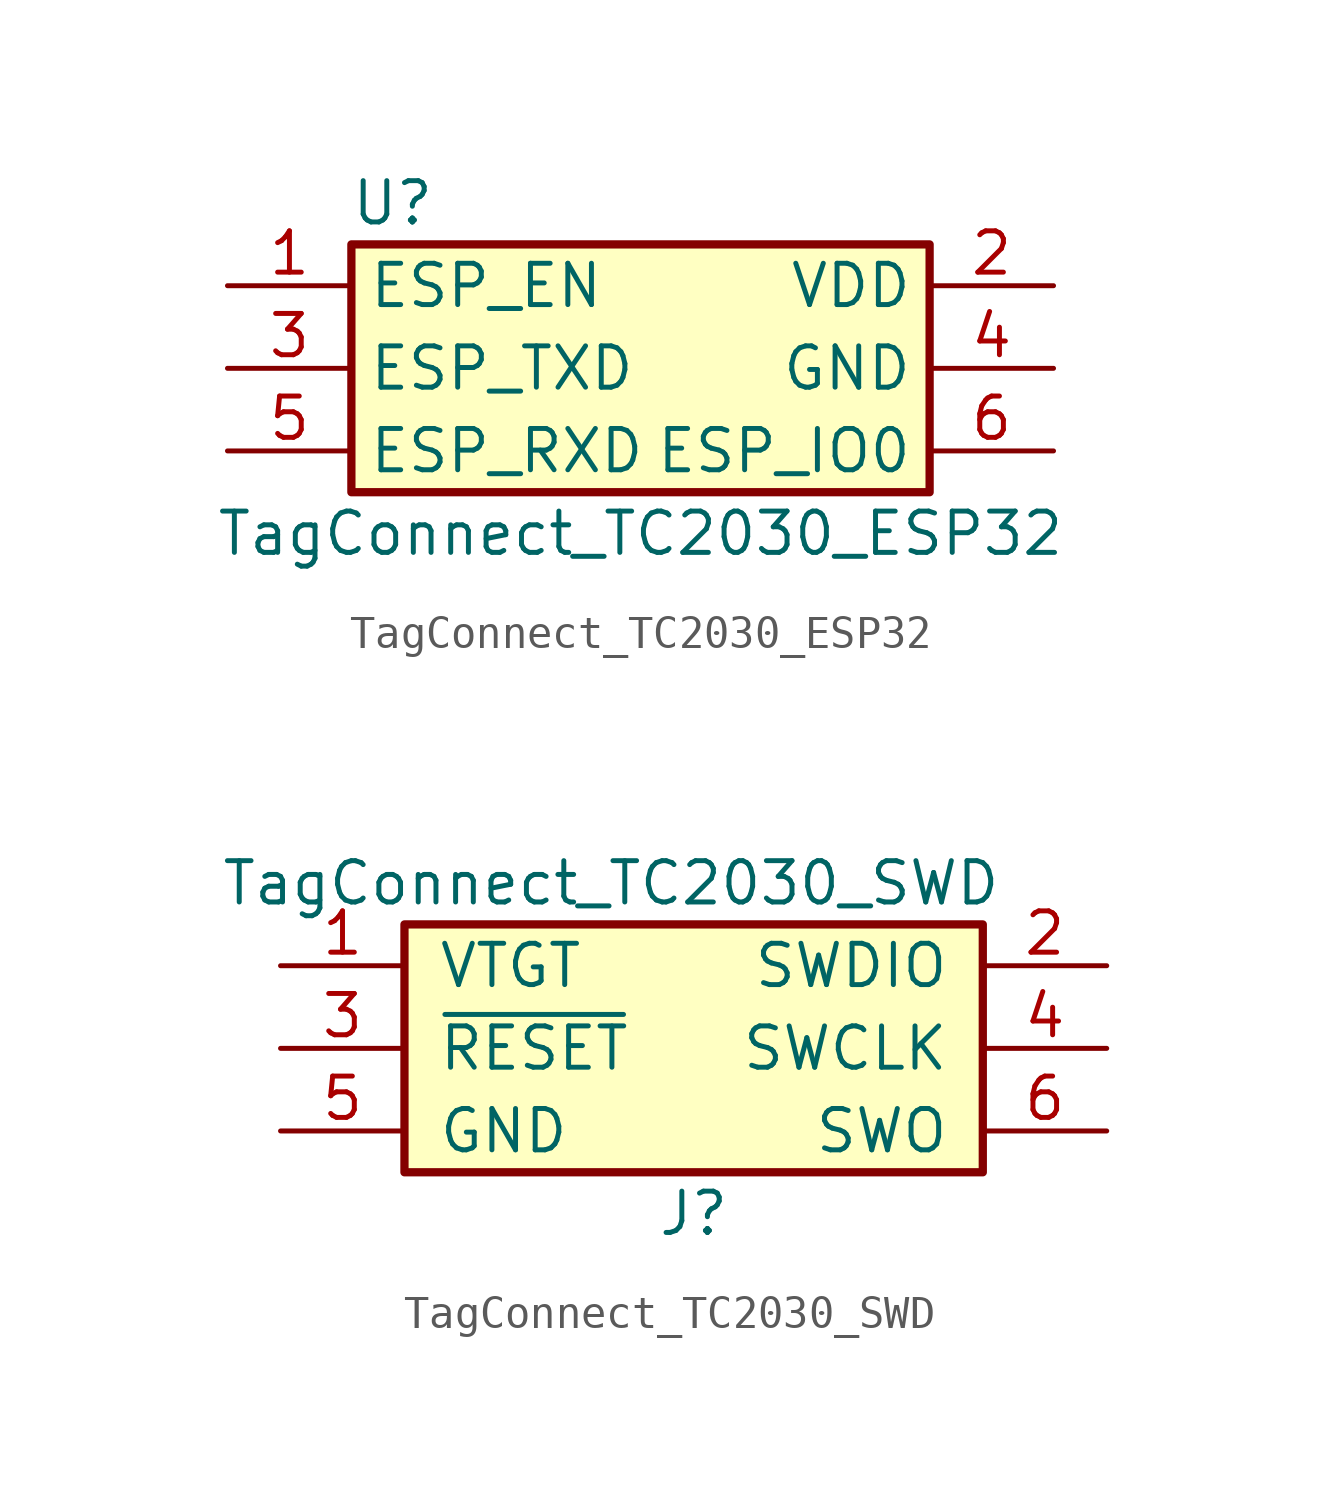
<source format=kicad_sym>
(kicad_symbol_lib
  (version 20211014)
  (generator kicad_symbol_editor)
  (symbol "TagConnect_TC2030_ESP32"
    (property "Reference" "U"
      (at -7.62 5.08 0)
      (effects (font (size 1.27 1.27))))
    (property "Value" "TagConnect_TC2030_ESP32"
      (at 0 -5.08 0)
      (effects (font (size 1.27 1.27))))
    (symbol "TagConnect_TC2030_ESP32_1_1"
      (rectangle (start -8.89 3.81) (end 8.89 -3.81) (stroke (width 0.254) (type default) (color 0 0 0 0)) (fill (type background)))
      (pin passive line (at -12.7 2.54 0) (length 3.81) (name "ESP_EN" (effects (font (size 1.27 1.27)))) (number "1" (effects (font (size 1.27 1.27)))))
      (pin passive line (at 12.7 2.54 180) (length 3.81) (name "VDD" (effects (font (size 1.27 1.27)))) (number "2" (effects (font (size 1.27 1.27)))))
      (pin passive line (at -12.7 0 0) (length 3.81) (name "ESP_TXD" (effects (font (size 1.27 1.27)))) (number "3" (effects (font (size 1.27 1.27)))))
      (pin passive line (at 12.7 0 180) (length 3.81) (name "GND" (effects (font (size 1.27 1.27)))) (number "4" (effects (font (size 1.27 1.27)))))
      (pin passive line (at -12.7 -2.54 0) (length 3.81) (name "ESP_RXD" (effects (font (size 1.27 1.27)))) (number "5" (effects (font (size 1.27 1.27)))))
      (pin passive line (at 12.7 -2.54 180) (length 3.81) (name "ESP_IO0" (effects (font (size 1.27 1.27)))) (number "6" (effects (font (size 1.27 1.27)))))))
  (symbol "TagConnect_TC2030_SWD"
    (pin_names
      (offset 1.016))
    (property "Reference" "J"
      (at 0 -5.08 0)
      (effects (font (size 1.27 1.27))))
    (property "Value" "TagConnect_TC2030_SWD"
      (at -2.54 5.08 0)
      (effects (font (size 1.27 1.27))))
    (symbol "TagConnect_TC2030_SWD_1_1"
      (rectangle (start -8.89 3.81) (end 8.89 -3.81) (stroke (width 0.254) (type default) (color 0 0 0 0)) (fill (type background)))
      (pin passive line (at -12.7 2.54 0) (length 3.81) (name "VTGT" (effects (font (size 1.27 1.27)))) (number "1" (effects (font (size 1.27 1.27)))))
      (pin passive line (at 12.7 2.54 180) (length 3.81) (name "SWDIO" (effects (font (size 1.27 1.27)))) (number "2" (effects (font (size 1.27 1.27)))))
      (pin passive line (at -12.7 0 0) (length 3.81) (name "~{RESET}" (effects (font (size 1.27 1.27)))) (number "3" (effects (font (size 1.27 1.27)))))
      (pin passive line (at 12.7 0 180) (length 3.81) (name "SWCLK" (effects (font (size 1.27 1.27)))) (number "4" (effects (font (size 1.27 1.27)))))
      (pin passive line (at -12.7 -2.54 0) (length 3.81) (name "GND" (effects (font (size 1.27 1.27)))) (number "5" (effects (font (size 1.27 1.27)))))
      (pin passive line (at 12.7 -2.54 180) (length 3.81) (name "SWO" (effects (font (size 1.27 1.27)))) (number "6" (effects (font (size 1.27 1.27))))))))
</source>
